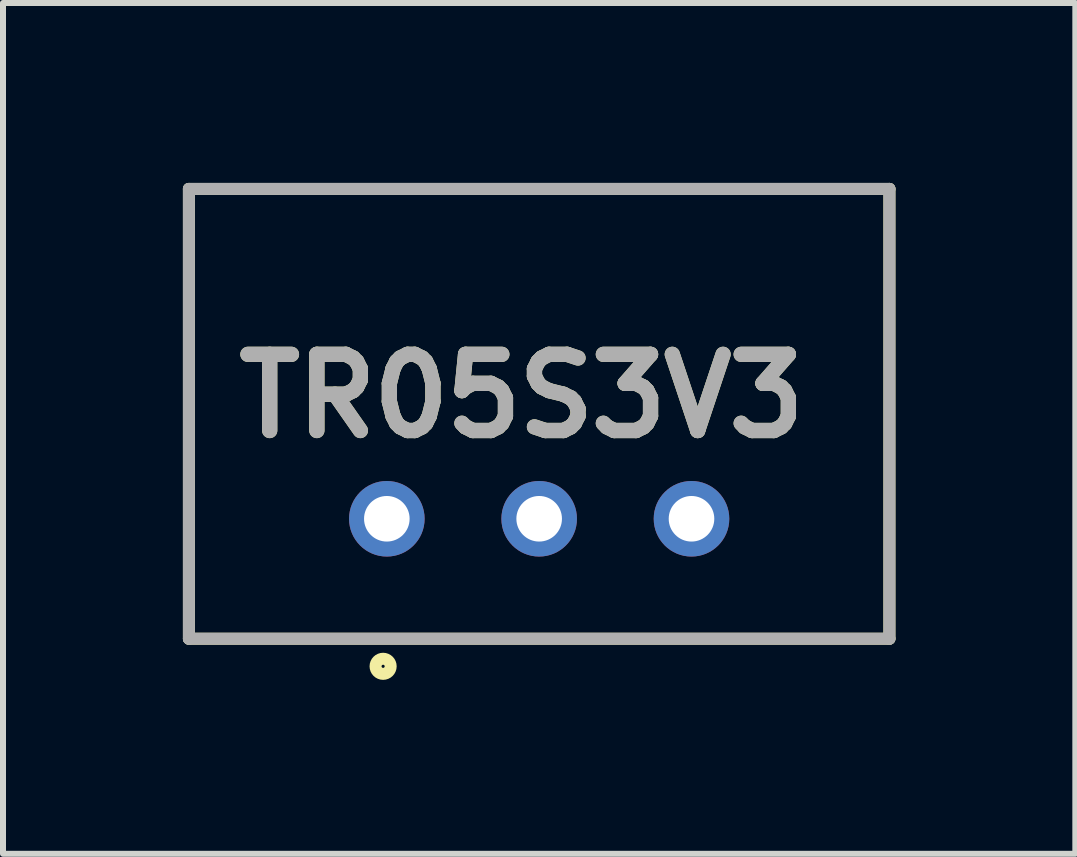
<source format=kicad_pcb>
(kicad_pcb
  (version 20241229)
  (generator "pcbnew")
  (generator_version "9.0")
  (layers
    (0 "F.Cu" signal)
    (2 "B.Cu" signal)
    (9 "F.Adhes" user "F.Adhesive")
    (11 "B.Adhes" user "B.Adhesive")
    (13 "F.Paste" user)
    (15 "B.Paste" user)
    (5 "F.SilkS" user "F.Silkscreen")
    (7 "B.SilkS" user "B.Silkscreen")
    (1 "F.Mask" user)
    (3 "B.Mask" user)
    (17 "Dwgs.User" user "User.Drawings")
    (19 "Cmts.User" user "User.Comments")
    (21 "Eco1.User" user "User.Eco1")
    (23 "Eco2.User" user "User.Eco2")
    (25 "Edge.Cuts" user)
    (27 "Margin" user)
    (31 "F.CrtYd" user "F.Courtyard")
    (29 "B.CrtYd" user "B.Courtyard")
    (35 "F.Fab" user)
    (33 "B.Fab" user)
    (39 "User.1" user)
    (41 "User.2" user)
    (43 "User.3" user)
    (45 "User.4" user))
  (footprint "TR05S3V3"
    (layer "F.Cu")
    (at 5.94 7.6)
    (property "Reference" "TR05S3V3" (at -0.29 -4.046 0) (layer "F.SilkS") (effects (font (size 1.27 1.27) (thickness 0.254))))
    (attr through_hole)
    (fp_line (start -5.84 -7.5) (end -5.84 0) (stroke (width 0.2) (type solid)) (layer "F.SilkS"))
    (fp_line (start -5.84 0) (end 5.84 0) (stroke (width 0.2) (type solid)) (layer "F.SilkS"))
    (fp_line (start 5.84 -7.5) (end -5.84 -7.5) (stroke (width 0.2) (type solid)) (layer "F.SilkS"))
    (fp_line (start 5.84 0) (end 5.84 -7.5) (stroke (width 0.2) (type solid)) (layer "F.SilkS"))
    (fp_circle (center -2.602 0.46) (end -2.602 0.486) (stroke (width 0.2) (type solid)) (fill no) (layer "F.SilkS"))
    (fp_line (start -5.84 -7.5) (end 5.84 -7.5) (stroke (width 0.2) (type solid)) (layer "F.Fab"))
    (fp_line (start -5.84 0) (end -5.84 -7.5) (stroke (width 0.2) (type solid)) (layer "F.Fab"))
    (fp_line (start 5.84 -7.5) (end 5.84 0) (stroke (width 0.2) (type solid)) (layer "F.Fab"))
    (fp_line (start 5.84 0) (end -5.84 0) (stroke (width 0.2) (type solid)) (layer "F.Fab"))
    (fp_text user "${REFERENCE}" (at -0.29 -4.046 0) (layer "F.Fab") (effects (font (size 1.27 1.27) (thickness 0.254))))
    (pad "1" thru_hole circle (at -2.54 -2) (size 1.26 1.26) (drill 0.76) (layers "*.Cu" "*.Mask"))
    (pad "2" thru_hole circle (at 0 -2) (size 1.26 1.26) (drill 0.76) (layers "*.Cu" "*.Mask"))
    (pad "3" thru_hole circle (at 2.54 -2) (size 1.26 1.26) (drill 0.76) (layers "*.Cu" "*.Mask")))
  (gr_rect
    (start -3 -3)
    (end 14.88 11.186)
    (stroke (width 0.1) (type default))
    (fill no)
    (layer "Edge.Cuts")))
</source>
